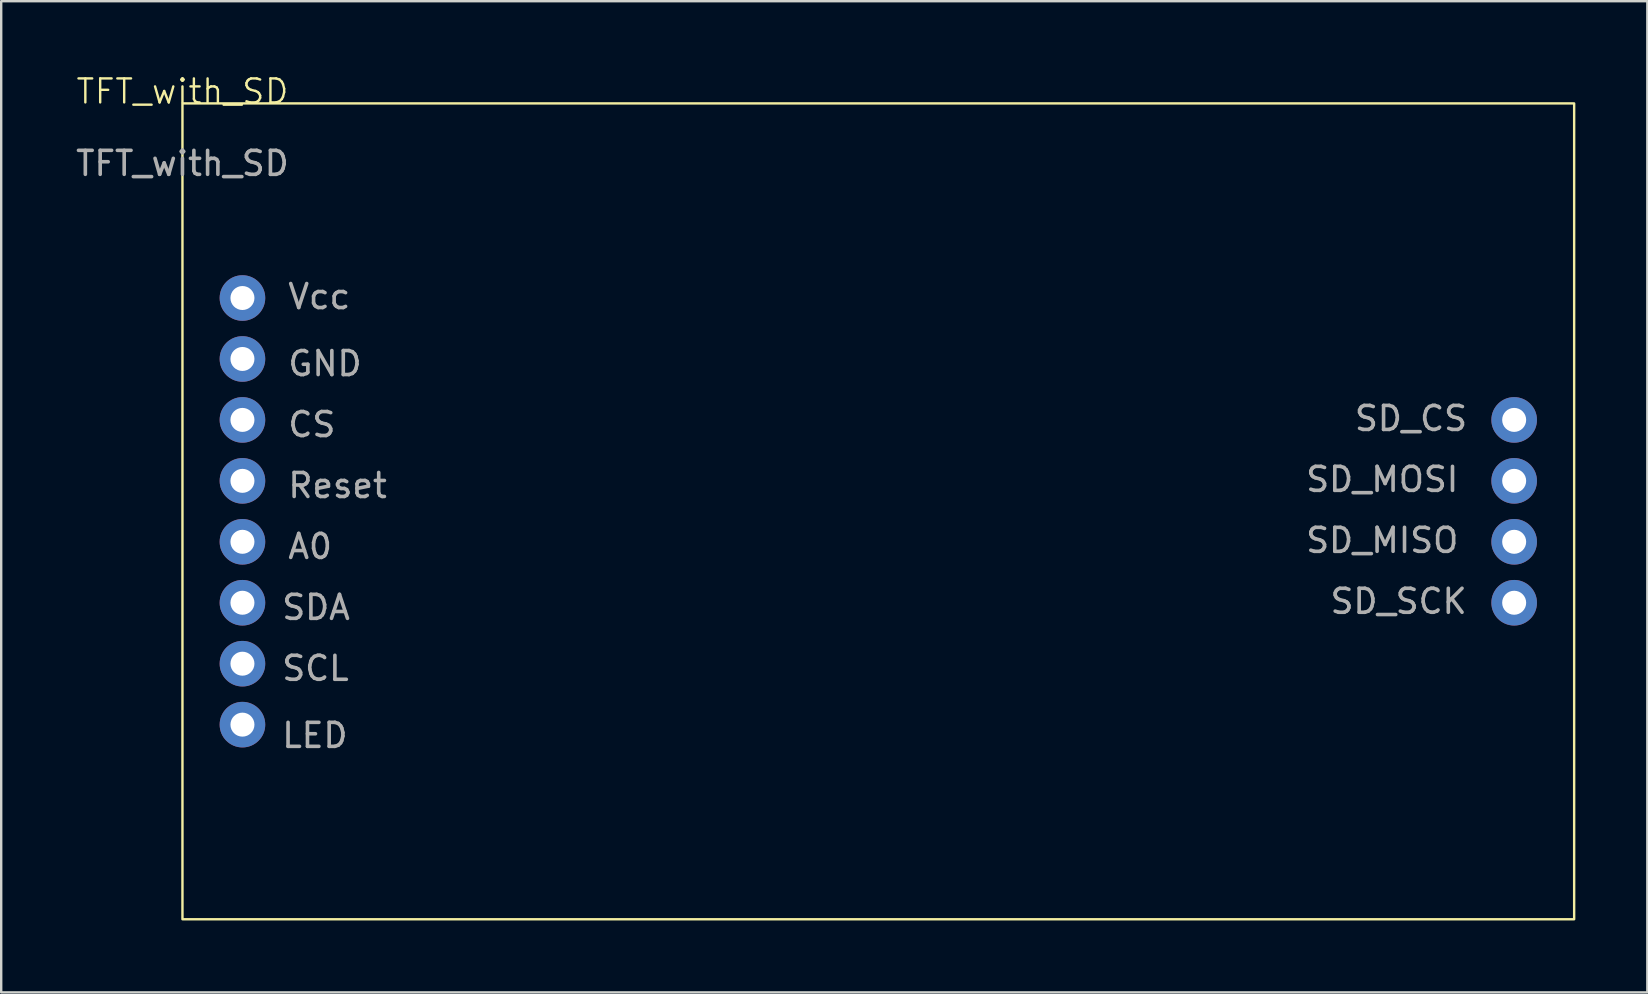
<source format=kicad_pcb>
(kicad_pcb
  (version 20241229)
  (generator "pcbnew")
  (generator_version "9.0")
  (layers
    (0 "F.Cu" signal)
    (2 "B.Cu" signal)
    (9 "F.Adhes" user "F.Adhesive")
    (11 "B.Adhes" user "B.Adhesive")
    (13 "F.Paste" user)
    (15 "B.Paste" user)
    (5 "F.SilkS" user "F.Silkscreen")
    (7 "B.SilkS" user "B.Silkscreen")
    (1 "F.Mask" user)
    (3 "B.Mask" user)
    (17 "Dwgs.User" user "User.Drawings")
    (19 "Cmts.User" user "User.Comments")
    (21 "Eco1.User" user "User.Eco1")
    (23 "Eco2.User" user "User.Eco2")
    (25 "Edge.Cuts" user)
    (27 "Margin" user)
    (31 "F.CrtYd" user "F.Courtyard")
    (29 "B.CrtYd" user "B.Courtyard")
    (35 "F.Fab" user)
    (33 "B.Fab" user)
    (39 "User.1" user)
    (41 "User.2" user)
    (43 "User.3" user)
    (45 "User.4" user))
  (footprint "TFT_with_SD"
    (layer "F.Cu")
    (at 4.554 1.26)
    (property "Reference" "TFT_with_SD" (at 0 -0.5 0) (unlocked yes) (layer "F.SilkS") (effects (font (size 1 1) (thickness 0.1))))
    (attr through_hole)
    (fp_rect (start 0 0) (end 58 34) (stroke (width 0.1) (type default)) (fill no) (layer "F.SilkS"))
    (fp_text user "A0" (at 4.318 19.05 0) (unlocked yes) (layer "F.Fab") (effects (font (size 1 1) (thickness 0.15)) (justify left bottom)))
    (fp_text user "Reset" (at 4.318 16.51 0) (unlocked yes) (layer "F.Fab") (effects (font (size 1 1) (thickness 0.15)) (justify left bottom)))
    (fp_text user "${REFERENCE}" (at 0 2.5 0) (unlocked yes) (layer "F.Fab") (effects (font (size 1 1) (thickness 0.15))))
    (fp_text user "SDA" (at 4.064 21.59 0) (unlocked yes) (layer "F.Fab") (effects (font (size 1 1) (thickness 0.15)) (justify left bottom)))
    (fp_text user "GND" (at 4.318 11.43 0) (unlocked yes) (layer "F.Fab") (effects (font (size 1 1) (thickness 0.15)) (justify left bottom)))
    (fp_text user "CS" (at 4.318 13.97 0) (unlocked yes) (layer "F.Fab") (effects (font (size 1 1) (thickness 0.15)) (justify left bottom)))
    (fp_text user "SCL" (at 4.064 24.13 0) (unlocked yes) (layer "F.Fab") (effects (font (size 1 1) (thickness 0.15)) (justify left bottom)))
    (fp_text user "LED" (at 4.064 26.924 0) (unlocked yes) (layer "F.Fab") (effects (font (size 1 1) (thickness 0.15)) (justify left bottom)))
    (fp_text user "SD_MOSI" (at 46.736 16.256 0) (unlocked yes) (layer "F.Fab") (effects (font (size 1 1) (thickness 0.15)) (justify left bottom)))
    (fp_text user "SD_CS" (at 48.768 13.716 0) (unlocked yes) (layer "F.Fab") (effects (font (size 1 1) (thickness 0.15)) (justify left bottom)))
    (fp_text user "SD_SCK" (at 47.752 21.336 0) (unlocked yes) (layer "F.Fab") (effects (font (size 1 1) (thickness 0.15)) (justify left bottom)))
    (fp_text user "SD_MISO" (at 46.736 18.796 0) (unlocked yes) (layer "F.Fab") (effects (font (size 1 1) (thickness 0.15)) (justify left bottom)))
    (fp_text user "Vcc" (at 4.318 8.636 0) (unlocked yes) (layer "F.Fab") (effects (font (size 1 1) (thickness 0.15)) (justify left bottom)))
    (pad "1" thru_hole circle (at 2.5 8.11) (size 1.9 1.9) (drill 1) (layers "*.Cu" "*.Mask"))
    (pad "2" thru_hole circle (at 2.5 10.65) (size 1.9 1.9) (drill 1) (layers "*.Cu" "*.Mask"))
    (pad "3" thru_hole circle (at 2.5 13.19) (size 1.9 1.9) (drill 1) (layers "*.Cu" "*.Mask"))
    (pad "4" thru_hole circle (at 2.5 15.73) (size 1.9 1.9) (drill 1) (layers "*.Cu" "*.Mask"))
    (pad "5" thru_hole circle (at 2.5 18.27) (size 1.9 1.9) (drill 1) (layers "*.Cu" "*.Mask"))
    (pad "6" thru_hole circle (at 2.5 20.81) (size 1.9 1.9) (drill 1) (layers "*.Cu" "*.Mask"))
    (pad "7" thru_hole circle (at 2.5 23.35) (size 1.9 1.9) (drill 1) (layers "*.Cu" "*.Mask"))
    (pad "8" thru_hole circle (at 2.5 25.89) (size 1.9 1.9) (drill 1) (layers "*.Cu" "*.Mask"))
    (pad "9" thru_hole circle (at 55.5 20.81) (size 1.9 1.9) (drill 1) (layers "*.Cu" "*.Mask"))
    (pad "10" thru_hole circle (at 55.5 18.27) (size 1.9 1.9) (drill 1) (layers "*.Cu" "*.Mask"))
    (pad "11" thru_hole circle (at 55.5 15.73) (size 1.9 1.9) (drill 1) (layers "*.Cu" "*.Mask"))
    (pad "12" thru_hole circle (at 55.5 13.19) (size 1.9 1.9) (drill 1) (layers "*.Cu" "*.Mask")))
  (gr_rect
    (start -3 -3)
    (end 65.604 38.31)
    (stroke (width 0.1) (type default))
    (fill no)
    (layer "Edge.Cuts")))
</source>
